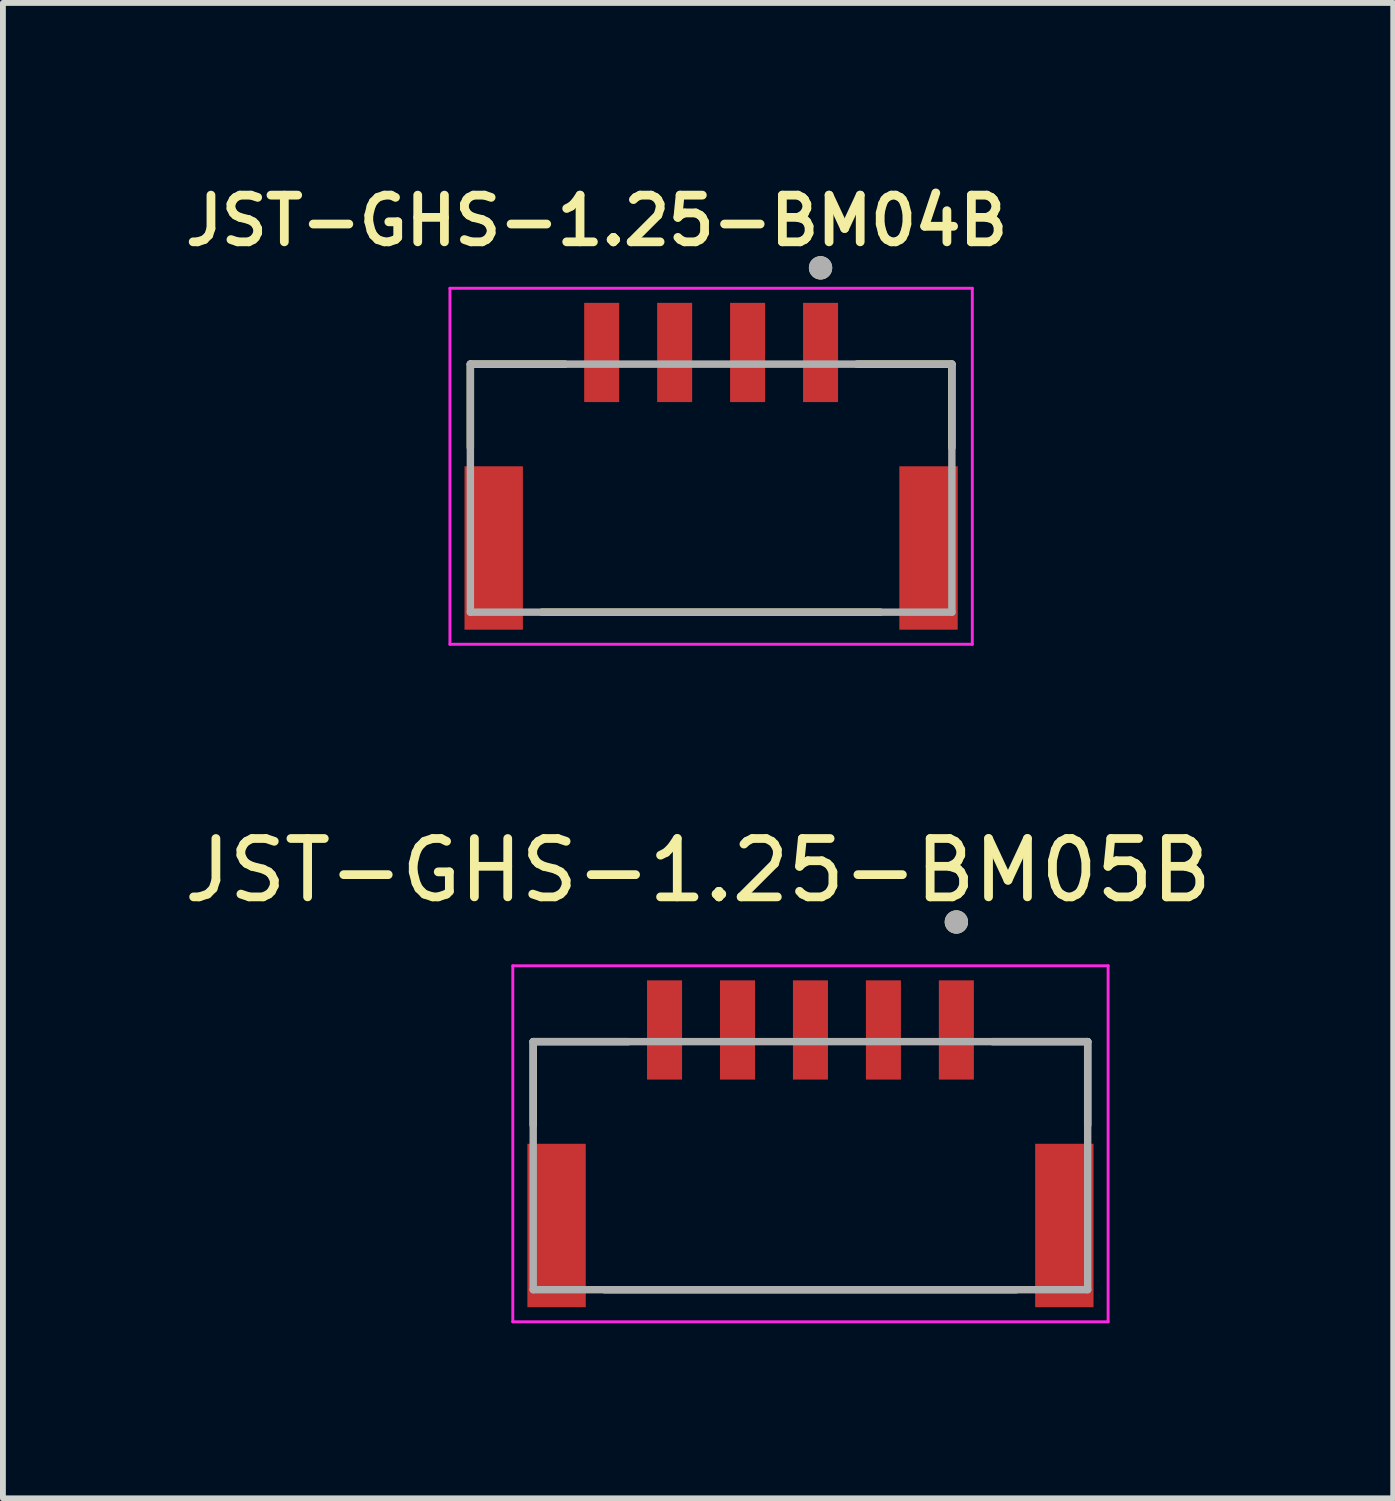
<source format=kicad_pcb>
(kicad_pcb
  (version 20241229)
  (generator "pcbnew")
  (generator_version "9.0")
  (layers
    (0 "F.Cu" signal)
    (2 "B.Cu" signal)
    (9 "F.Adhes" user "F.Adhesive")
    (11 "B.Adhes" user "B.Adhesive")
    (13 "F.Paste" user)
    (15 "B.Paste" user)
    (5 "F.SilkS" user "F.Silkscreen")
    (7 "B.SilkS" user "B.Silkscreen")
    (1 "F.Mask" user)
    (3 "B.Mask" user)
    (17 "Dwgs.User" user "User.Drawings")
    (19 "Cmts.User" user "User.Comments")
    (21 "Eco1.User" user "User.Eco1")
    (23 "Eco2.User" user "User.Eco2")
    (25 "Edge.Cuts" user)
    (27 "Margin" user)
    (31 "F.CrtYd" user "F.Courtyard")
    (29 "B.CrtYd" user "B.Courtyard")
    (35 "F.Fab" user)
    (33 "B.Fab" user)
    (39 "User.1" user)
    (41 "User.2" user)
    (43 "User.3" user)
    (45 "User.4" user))
  (footprint "JST-GHS-1.25-BM04B"
    (layer "F.Cu")
    (at 9.134 6.339)
    (property "Reference" "JST-GHS-1.25-BM04B" (at -1.96 -5.608 0) (layer "F.SilkS") (effects (font (size 0.8 0.8) (thickness 0.15))))
    (attr smd)
    (fp_line (start -4.125 -3.15) (end -2.5 -3.15) (stroke (width 0.127) (type solid)) (layer "F.SilkS"))
    (fp_line (start -4.125 -1.72) (end -4.125 -3.15) (stroke (width 0.127) (type solid)) (layer "F.SilkS"))
    (fp_line (start -2.9 1.1) (end 2.9 1.1) (stroke (width 0.127) (type solid)) (layer "F.SilkS"))
    (fp_line (start 2.5 -3.15) (end 4.125 -3.15) (stroke (width 0.127) (type solid)) (layer "F.SilkS"))
    (fp_line (start 4.125 -1.72) (end 4.125 -3.15) (stroke (width 0.127) (type solid)) (layer "F.SilkS"))
    (fp_circle (center 1.875 -4.8) (end 1.975 -4.8) (stroke (width 0.2) (type solid)) (fill no) (layer "F.SilkS"))
    (fp_line (start -4.475 -4.45) (end 4.475 -4.45) (stroke (width 0.05) (type solid)) (layer "F.CrtYd"))
    (fp_line (start -4.475 1.65) (end -4.475 -4.45) (stroke (width 0.05) (type solid)) (layer "F.CrtYd"))
    (fp_line (start 4.475 -4.45) (end 4.475 1.65) (stroke (width 0.05) (type solid)) (layer "F.CrtYd"))
    (fp_line (start 4.475 1.65) (end -4.475 1.65) (stroke (width 0.05) (type solid)) (layer "F.CrtYd"))
    (fp_line (start -4.125 -3.15) (end 4.125 -3.15) (stroke (width 0.127) (type solid)) (layer "F.Fab"))
    (fp_line (start -4.125 1.1) (end -4.125 -3.15) (stroke (width 0.127) (type solid)) (layer "F.Fab"))
    (fp_line (start 4.125 -3.15) (end 4.125 1.1) (stroke (width 0.127) (type solid)) (layer "F.Fab"))
    (fp_line (start 4.125 1.1) (end -4.125 1.1) (stroke (width 0.127) (type solid)) (layer "F.Fab"))
    (fp_circle (center 1.875 -4.8) (end 1.975 -4.8) (stroke (width 0.2) (type solid)) (fill no) (layer "F.Fab"))
    (pad "1" smd rect (at 1.875 -3.35 90) (size 1.7 0.6) (layers "F.Cu" "F.Mask" "F.Paste"))
    (pad "2" smd rect (at 0.625 -3.35 90) (size 1.7 0.6) (layers "F.Cu" "F.Mask" "F.Paste"))
    (pad "3" smd rect (at -0.625 -3.35 90) (size 1.7 0.6) (layers "F.Cu" "F.Mask" "F.Paste"))
    (pad "4" smd rect (at -1.875 -3.35 90) (size 1.7 0.6) (layers "F.Cu" "F.Mask" "F.Paste"))
    (pad "S1" smd rect (at -3.725 0 270) (size 2.8 1) (layers "F.Cu" "F.Mask" "F.Paste"))
    (pad "S2" smd rect (at 3.725 0 270) (size 2.8 1) (layers "F.Cu" "F.Mask" "F.Paste")))
  (footprint "JST-GHS-1.25-BM05B"
    (layer "F.Cu")
    (at 10.836 16.922)
    (property "Reference" "JST-GHS-1.25-BM05B" (at -1.925 -5.06 0) (layer "F.SilkS") (effects (font (size 1 1) (thickness 0.15))))
    (attr smd)
    (fp_line (start -4.75 -2.125) (end -3.12 -2.125) (stroke (width 0.127) (type solid)) (layer "F.SilkS"))
    (fp_line (start -4.75 -0.695) (end -4.75 -2.125) (stroke (width 0.127) (type solid)) (layer "F.SilkS"))
    (fp_line (start -3.53 2.125) (end 3.53 2.125) (stroke (width 0.127) (type solid)) (layer "F.SilkS"))
    (fp_line (start 3.12 -2.125) (end 4.75 -2.125) (stroke (width 0.127) (type solid)) (layer "F.SilkS"))
    (fp_line (start 4.75 -2.125) (end 4.75 -0.695) (stroke (width 0.127) (type solid)) (layer "F.SilkS"))
    (fp_circle (center 2.5 -4.175) (end 2.6 -4.175) (stroke (width 0.2) (type solid)) (fill no) (layer "F.SilkS"))
    (fp_line (start -5.1 -3.425) (end -5.1 2.675) (stroke (width 0.05) (type solid)) (layer "F.CrtYd"))
    (fp_line (start -5.1 2.675) (end 5.1 2.675) (stroke (width 0.05) (type solid)) (layer "F.CrtYd"))
    (fp_line (start 5.1 -3.425) (end -5.1 -3.425) (stroke (width 0.05) (type solid)) (layer "F.CrtYd"))
    (fp_line (start 5.1 2.675) (end 5.1 -3.425) (stroke (width 0.05) (type solid)) (layer "F.CrtYd"))
    (fp_line (start -4.75 -2.125) (end 4.75 -2.125) (stroke (width 0.127) (type solid)) (layer "F.Fab"))
    (fp_line (start -4.75 2.125) (end -4.75 -2.125) (stroke (width 0.127) (type solid)) (layer "F.Fab"))
    (fp_line (start 4.75 -2.125) (end 4.75 2.125) (stroke (width 0.127) (type solid)) (layer "F.Fab"))
    (fp_line (start 4.75 2.125) (end -4.75 2.125) (stroke (width 0.127) (type solid)) (layer "F.Fab"))
    (fp_circle (center 2.5 -4.175) (end 2.6 -4.175) (stroke (width 0.2) (type solid)) (fill no) (layer "F.Fab"))
    (pad "1" smd rect (at 2.5 -2.325) (size 0.6 1.7) (layers "F.Cu" "F.Mask" "F.Paste"))
    (pad "2" smd rect (at 1.25 -2.325) (size 0.6 1.7) (layers "F.Cu" "F.Mask" "F.Paste"))
    (pad "3" smd rect (at 0 -2.325) (size 0.6 1.7) (layers "F.Cu" "F.Mask" "F.Paste"))
    (pad "4" smd rect (at -1.25 -2.325) (size 0.6 1.7) (layers "F.Cu" "F.Mask" "F.Paste"))
    (pad "5" smd rect (at -2.5 -2.325) (size 0.6 1.7) (layers "F.Cu" "F.Mask" "F.Paste"))
    (pad "S1" smd rect (at -4.35 1.025) (size 1 2.8) (layers "F.Cu" "F.Mask" "F.Paste"))
    (pad "S2" smd rect (at 4.35 1.025) (size 1 2.8) (layers "F.Cu" "F.Mask" "F.Paste")))
  (gr_rect
    (start -3 -3)
    (end 20.821 22.622)
    (stroke (width 0.1) (type default))
    (fill no)
    (layer "Edge.Cuts")))
</source>
